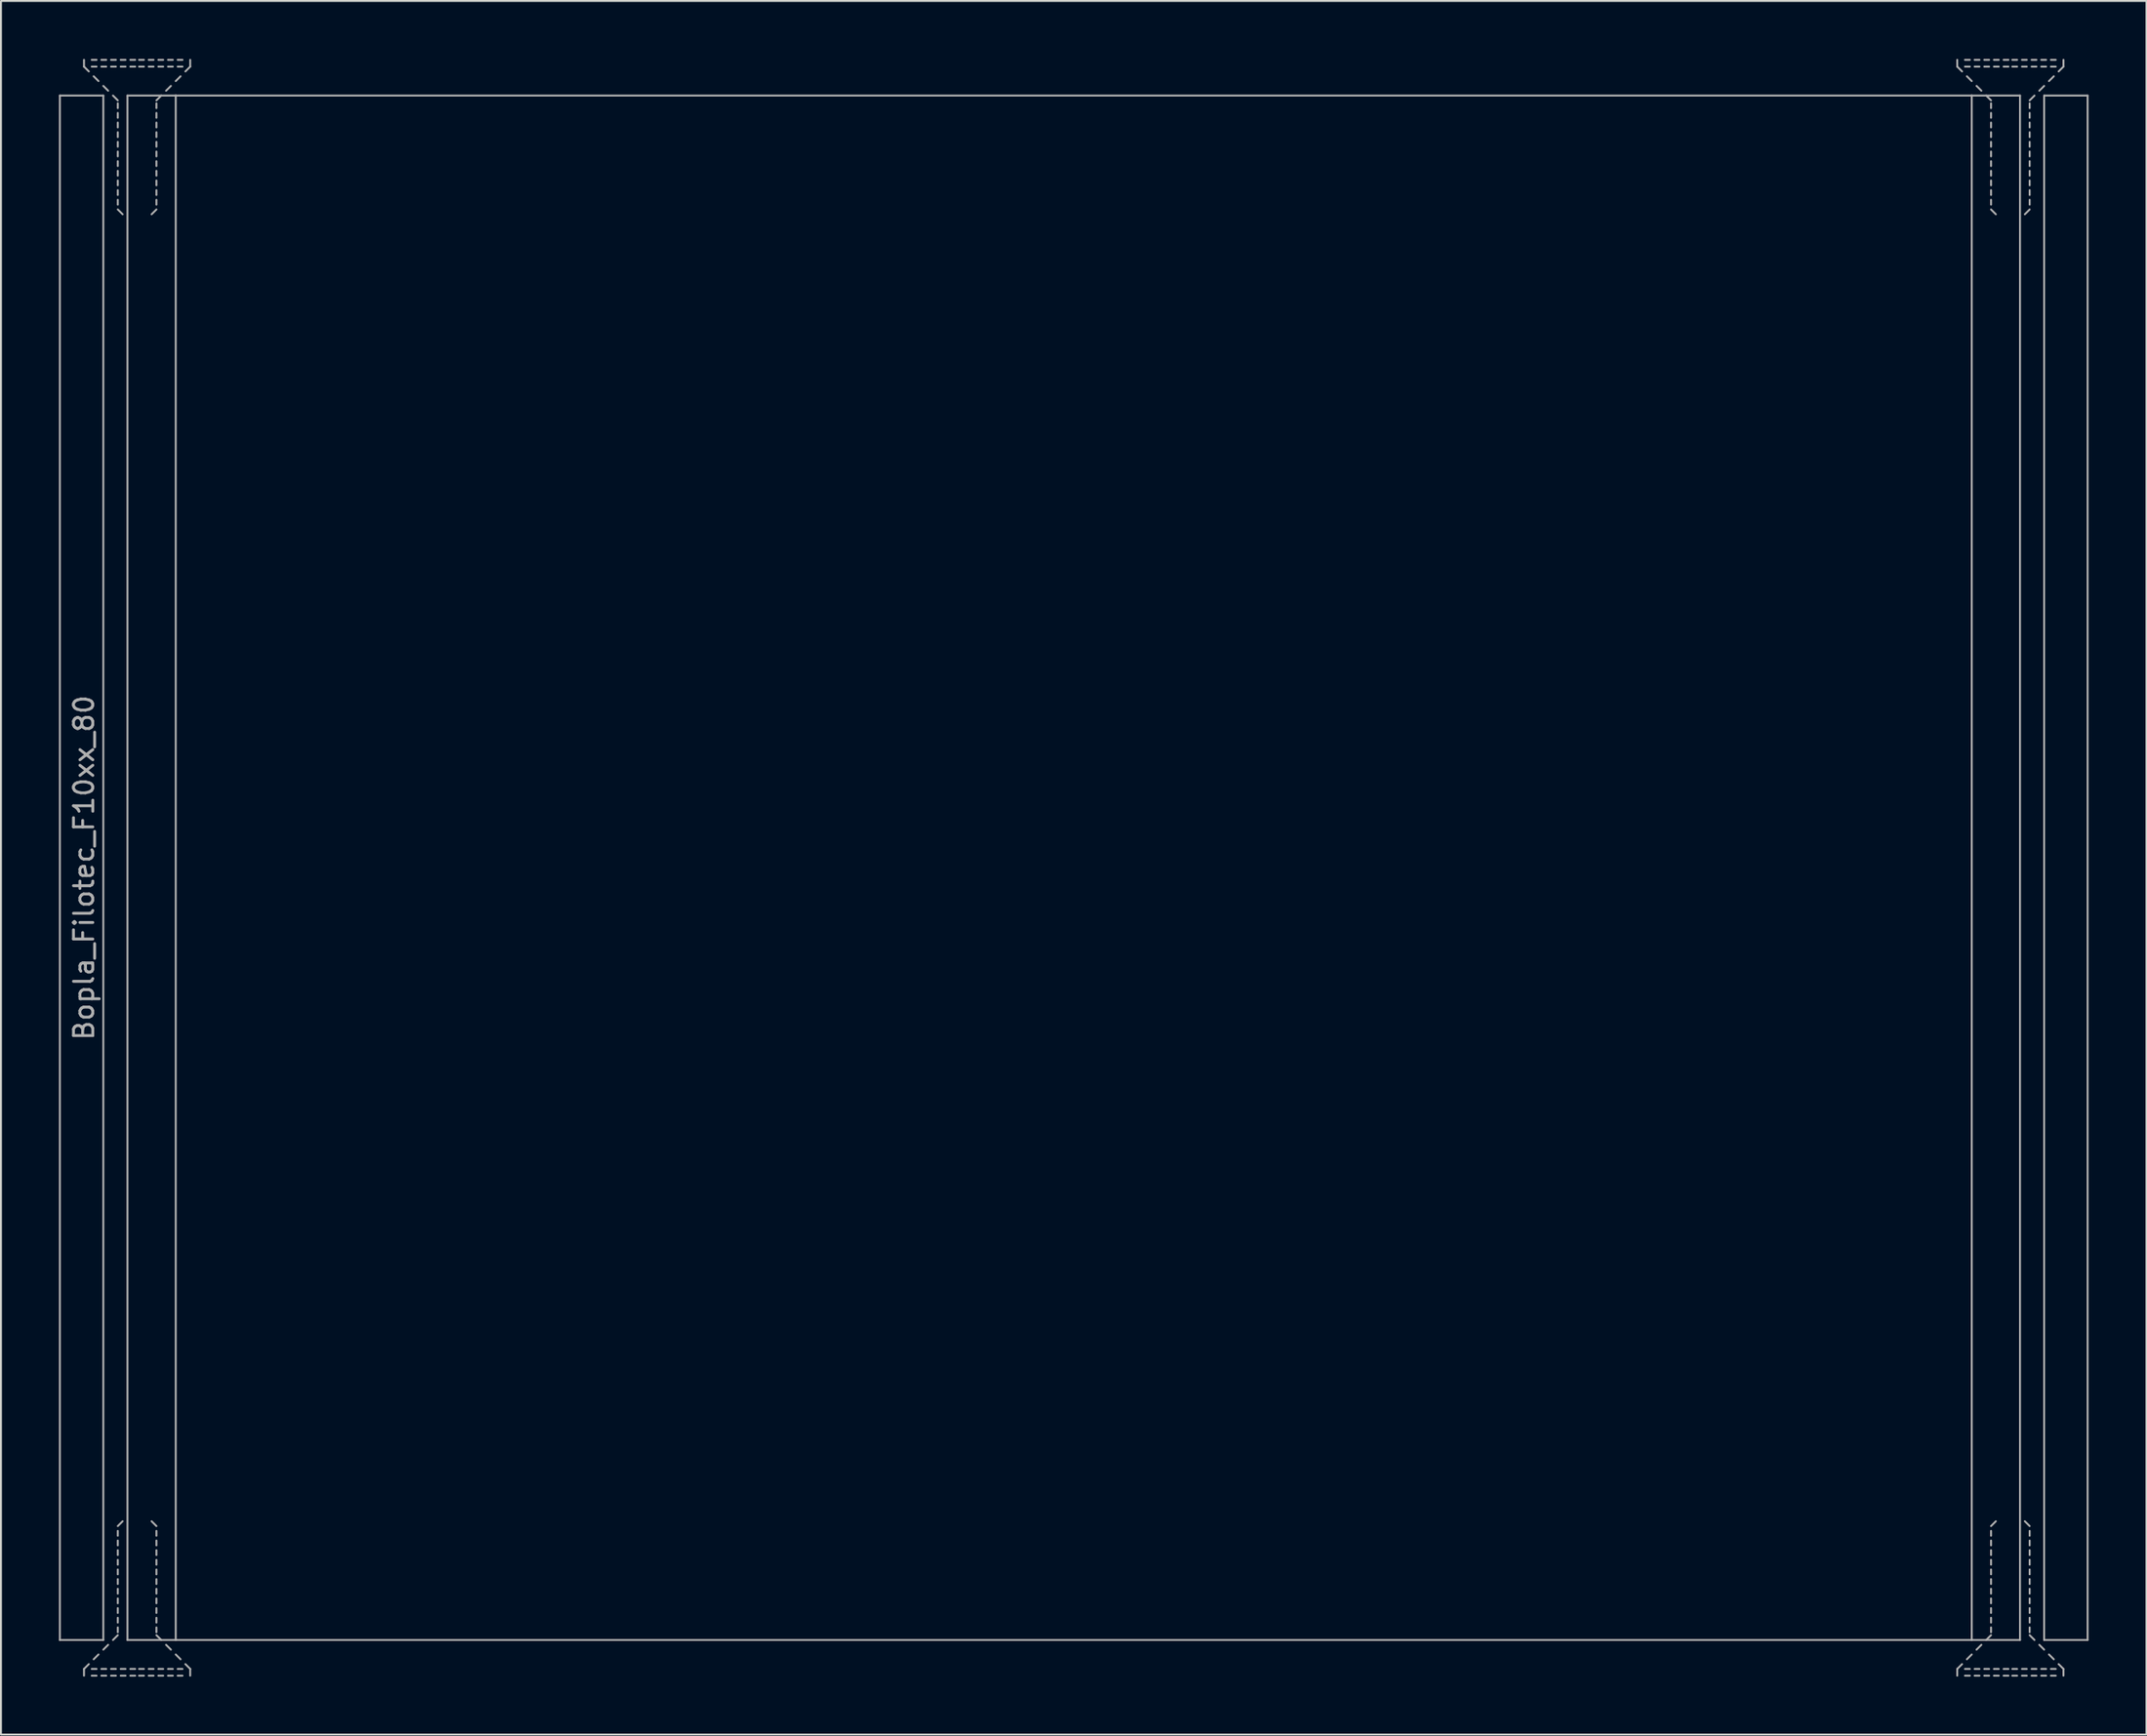
<source format=kicad_pcb>
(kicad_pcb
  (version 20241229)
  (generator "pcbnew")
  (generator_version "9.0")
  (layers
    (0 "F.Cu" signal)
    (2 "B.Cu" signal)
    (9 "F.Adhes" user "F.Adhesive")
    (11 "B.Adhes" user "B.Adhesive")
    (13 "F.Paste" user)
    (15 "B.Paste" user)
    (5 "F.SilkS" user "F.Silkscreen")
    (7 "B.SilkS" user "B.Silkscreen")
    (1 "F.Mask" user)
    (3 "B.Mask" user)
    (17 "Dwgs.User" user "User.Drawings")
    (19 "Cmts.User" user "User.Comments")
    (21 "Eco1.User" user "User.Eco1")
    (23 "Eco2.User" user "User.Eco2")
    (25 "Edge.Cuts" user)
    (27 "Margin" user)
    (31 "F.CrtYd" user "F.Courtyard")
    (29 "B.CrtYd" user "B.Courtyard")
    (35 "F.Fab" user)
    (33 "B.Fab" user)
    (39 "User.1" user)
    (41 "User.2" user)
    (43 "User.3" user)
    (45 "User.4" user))
  (footprint "Bopla_Filotec_F10xx_80"
    (layer "F.Cu")
    (at 52.55 41.9)
    (property "Reference" "Bopla_Filotec_F10xx_80" (at -51.25 0 90) (layer "F.Fab") (effects (font (size 1 1) (thickness 0.15))))
    (attr exclude_from_pos_files exclude_from_bom)
    (fp_line (start -52.5 -40) (end -52.5 40) (stroke (width 0.1) (type solid)) (layer "F.Fab"))
    (fp_line (start -52.5 -40) (end -50.25 -40) (stroke (width 0.1) (type solid)) (layer "F.Fab"))
    (fp_line (start -52.5 40) (end -50.25 40) (stroke (width 0.1) (type solid)) (layer "F.Fab"))
    (fp_line (start -51.25 -41.5) (end -51.25 -41.85) (stroke (width 0.1) (type solid)) (layer "F.Fab"))
    (fp_line (start -51.25 -41.5) (end -51 -41.25) (stroke (width 0.1) (type solid)) (layer "F.Fab"))
    (fp_line (start -51.25 41.5) (end -51.25 41.85) (stroke (width 0.1) (type solid)) (layer "F.Fab"))
    (fp_line (start -51.25 41.5) (end -51 41.25) (stroke (width 0.1) (type solid)) (layer "F.Fab"))
    (fp_line (start -50.75 -41) (end -50.5 -40.75) (stroke (width 0.1) (type solid)) (layer "F.Fab"))
    (fp_line (start -50.75 41) (end -50.5 40.75) (stroke (width 0.1) (type solid)) (layer "F.Fab"))
    (fp_line (start -50.6 -41.85) (end -50.85 -41.85) (stroke (width 0.1) (type solid)) (layer "F.Fab"))
    (fp_line (start -50.6 -41.5) (end -50.85 -41.5) (stroke (width 0.1) (type solid)) (layer "F.Fab"))
    (fp_line (start -50.6 41.5) (end -50.85 41.5) (stroke (width 0.1) (type solid)) (layer "F.Fab"))
    (fp_line (start -50.6 41.85) (end -50.85 41.85) (stroke (width 0.1) (type solid)) (layer "F.Fab"))
    (fp_line (start -50.25 -40.5) (end -50 -40.25) (stroke (width 0.1) (type solid)) (layer "F.Fab"))
    (fp_line (start -50.25 -40) (end -50.25 40) (stroke (width 0.1) (type solid)) (layer "F.Fab"))
    (fp_line (start -50.25 40.5) (end -50 40.25) (stroke (width 0.1) (type solid)) (layer "F.Fab"))
    (fp_line (start -50.1 -41.85) (end -50.35 -41.85) (stroke (width 0.1) (type solid)) (layer "F.Fab"))
    (fp_line (start -50.1 -41.5) (end -50.35 -41.5) (stroke (width 0.1) (type solid)) (layer "F.Fab"))
    (fp_line (start -50.1 41.5) (end -50.35 41.5) (stroke (width 0.1) (type solid)) (layer "F.Fab"))
    (fp_line (start -50.1 41.85) (end -50.35 41.85) (stroke (width 0.1) (type solid)) (layer "F.Fab"))
    (fp_line (start -49.75 -40) (end -49.5 -39.75) (stroke (width 0.1) (type solid)) (layer "F.Fab"))
    (fp_line (start -49.75 40) (end -49.5 39.75) (stroke (width 0.1) (type solid)) (layer "F.Fab"))
    (fp_line (start -49.6 -41.85) (end -49.85 -41.85) (stroke (width 0.1) (type solid)) (layer "F.Fab"))
    (fp_line (start -49.6 -41.5) (end -49.85 -41.5) (stroke (width 0.1) (type solid)) (layer "F.Fab"))
    (fp_line (start -49.6 41.5) (end -49.85 41.5) (stroke (width 0.1) (type solid)) (layer "F.Fab"))
    (fp_line (start -49.6 41.85) (end -49.85 41.85) (stroke (width 0.1) (type solid)) (layer "F.Fab"))
    (fp_line (start -49.5 -39.6) (end -49.5 -39.35) (stroke (width 0.1) (type solid)) (layer "F.Fab"))
    (fp_line (start -49.5 -39.1) (end -49.5 -38.85) (stroke (width 0.1) (type solid)) (layer "F.Fab"))
    (fp_line (start -49.5 -38.6) (end -49.5 -38.35) (stroke (width 0.1) (type solid)) (layer "F.Fab"))
    (fp_line (start -49.5 -38.1) (end -49.5 -37.85) (stroke (width 0.1) (type solid)) (layer "F.Fab"))
    (fp_line (start -49.5 -37.6) (end -49.5 -37.35) (stroke (width 0.1) (type solid)) (layer "F.Fab"))
    (fp_line (start -49.5 -37.1) (end -49.5 -36.85) (stroke (width 0.1) (type solid)) (layer "F.Fab"))
    (fp_line (start -49.5 -36.6) (end -49.5 -36.35) (stroke (width 0.1) (type solid)) (layer "F.Fab"))
    (fp_line (start -49.5 -36.1) (end -49.5 -35.85) (stroke (width 0.1) (type solid)) (layer "F.Fab"))
    (fp_line (start -49.5 -35.6) (end -49.5 -35.35) (stroke (width 0.1) (type solid)) (layer "F.Fab"))
    (fp_line (start -49.5 -35.1) (end -49.5 -34.85) (stroke (width 0.1) (type solid)) (layer "F.Fab"))
    (fp_line (start -49.5 -34.6) (end -49.5 -34.35) (stroke (width 0.1) (type solid)) (layer "F.Fab"))
    (fp_line (start -49.5 -34.1) (end -49.25 -33.85) (stroke (width 0.1) (type solid)) (layer "F.Fab"))
    (fp_line (start -49.5 34.1) (end -49.25 33.85) (stroke (width 0.1) (type solid)) (layer "F.Fab"))
    (fp_line (start -49.5 34.6) (end -49.5 34.35) (stroke (width 0.1) (type solid)) (layer "F.Fab"))
    (fp_line (start -49.5 35.1) (end -49.5 34.85) (stroke (width 0.1) (type solid)) (layer "F.Fab"))
    (fp_line (start -49.5 35.6) (end -49.5 35.35) (stroke (width 0.1) (type solid)) (layer "F.Fab"))
    (fp_line (start -49.5 36.1) (end -49.5 35.85) (stroke (width 0.1) (type solid)) (layer "F.Fab"))
    (fp_line (start -49.5 36.6) (end -49.5 36.35) (stroke (width 0.1) (type solid)) (layer "F.Fab"))
    (fp_line (start -49.5 37.1) (end -49.5 36.85) (stroke (width 0.1) (type solid)) (layer "F.Fab"))
    (fp_line (start -49.5 37.6) (end -49.5 37.35) (stroke (width 0.1) (type solid)) (layer "F.Fab"))
    (fp_line (start -49.5 38.1) (end -49.5 37.85) (stroke (width 0.1) (type solid)) (layer "F.Fab"))
    (fp_line (start -49.5 38.6) (end -49.5 38.35) (stroke (width 0.1) (type solid)) (layer "F.Fab"))
    (fp_line (start -49.5 39.1) (end -49.5 38.85) (stroke (width 0.1) (type solid)) (layer "F.Fab"))
    (fp_line (start -49.5 39.6) (end -49.5 39.35) (stroke (width 0.1) (type solid)) (layer "F.Fab"))
    (fp_line (start -49.1 -41.85) (end -49.35 -41.85) (stroke (width 0.1) (type solid)) (layer "F.Fab"))
    (fp_line (start -49.1 -41.5) (end -49.35 -41.5) (stroke (width 0.1) (type solid)) (layer "F.Fab"))
    (fp_line (start -49.1 41.5) (end -49.35 41.5) (stroke (width 0.1) (type solid)) (layer "F.Fab"))
    (fp_line (start -49.1 41.85) (end -49.35 41.85) (stroke (width 0.1) (type solid)) (layer "F.Fab"))
    (fp_line (start -49 -40) (end -46.5 -40) (stroke (width 0.1) (type solid)) (layer "F.Fab"))
    (fp_line (start -49 40) (end -49 -40) (stroke (width 0.1) (type solid)) (layer "F.Fab"))
    (fp_line (start -49 40) (end -46.5 40) (stroke (width 0.1) (type solid)) (layer "F.Fab"))
    (fp_line (start -48.6 -41.85) (end -48.85 -41.85) (stroke (width 0.1) (type solid)) (layer "F.Fab"))
    (fp_line (start -48.6 -41.5) (end -48.85 -41.5) (stroke (width 0.1) (type solid)) (layer "F.Fab"))
    (fp_line (start -48.6 41.5) (end -48.85 41.5) (stroke (width 0.1) (type solid)) (layer "F.Fab"))
    (fp_line (start -48.6 41.85) (end -48.85 41.85) (stroke (width 0.1) (type solid)) (layer "F.Fab"))
    (fp_line (start -48.15 -41.85) (end -48.4 -41.85) (stroke (width 0.1) (type solid)) (layer "F.Fab"))
    (fp_line (start -48.15 -41.5) (end -48.4 -41.5) (stroke (width 0.1) (type solid)) (layer "F.Fab"))
    (fp_line (start -48.15 41.5) (end -48.4 41.5) (stroke (width 0.1) (type solid)) (layer "F.Fab"))
    (fp_line (start -48.15 41.85) (end -48.4 41.85) (stroke (width 0.1) (type solid)) (layer "F.Fab"))
    (fp_line (start -47.65 -41.85) (end -47.9 -41.85) (stroke (width 0.1) (type solid)) (layer "F.Fab"))
    (fp_line (start -47.65 -41.5) (end -47.9 -41.5) (stroke (width 0.1) (type solid)) (layer "F.Fab"))
    (fp_line (start -47.65 41.5) (end -47.9 41.5) (stroke (width 0.1) (type solid)) (layer "F.Fab"))
    (fp_line (start -47.65 41.85) (end -47.9 41.85) (stroke (width 0.1) (type solid)) (layer "F.Fab"))
    (fp_line (start -47.5 -39.6) (end -47.5 -39.35) (stroke (width 0.1) (type solid)) (layer "F.Fab"))
    (fp_line (start -47.5 -39.1) (end -47.5 -38.85) (stroke (width 0.1) (type solid)) (layer "F.Fab"))
    (fp_line (start -47.5 -38.6) (end -47.5 -38.35) (stroke (width 0.1) (type solid)) (layer "F.Fab"))
    (fp_line (start -47.5 -38.1) (end -47.5 -37.85) (stroke (width 0.1) (type solid)) (layer "F.Fab"))
    (fp_line (start -47.5 -37.6) (end -47.5 -37.35) (stroke (width 0.1) (type solid)) (layer "F.Fab"))
    (fp_line (start -47.5 -37.1) (end -47.5 -36.85) (stroke (width 0.1) (type solid)) (layer "F.Fab"))
    (fp_line (start -47.5 -36.6) (end -47.5 -36.35) (stroke (width 0.1) (type solid)) (layer "F.Fab"))
    (fp_line (start -47.5 -36.1) (end -47.5 -35.85) (stroke (width 0.1) (type solid)) (layer "F.Fab"))
    (fp_line (start -47.5 -35.6) (end -47.5 -35.35) (stroke (width 0.1) (type solid)) (layer "F.Fab"))
    (fp_line (start -47.5 -35.1) (end -47.5 -34.85) (stroke (width 0.1) (type solid)) (layer "F.Fab"))
    (fp_line (start -47.5 -34.6) (end -47.5 -34.35) (stroke (width 0.1) (type solid)) (layer "F.Fab"))
    (fp_line (start -47.5 -34.1) (end -47.75 -33.85) (stroke (width 0.1) (type solid)) (layer "F.Fab"))
    (fp_line (start -47.5 34.1) (end -47.75 33.85) (stroke (width 0.1) (type solid)) (layer "F.Fab"))
    (fp_line (start -47.5 34.6) (end -47.5 34.35) (stroke (width 0.1) (type solid)) (layer "F.Fab"))
    (fp_line (start -47.5 35.1) (end -47.5 34.85) (stroke (width 0.1) (type solid)) (layer "F.Fab"))
    (fp_line (start -47.5 35.6) (end -47.5 35.35) (stroke (width 0.1) (type solid)) (layer "F.Fab"))
    (fp_line (start -47.5 36.1) (end -47.5 35.85) (stroke (width 0.1) (type solid)) (layer "F.Fab"))
    (fp_line (start -47.5 36.6) (end -47.5 36.35) (stroke (width 0.1) (type solid)) (layer "F.Fab"))
    (fp_line (start -47.5 37.1) (end -47.5 36.85) (stroke (width 0.1) (type solid)) (layer "F.Fab"))
    (fp_line (start -47.5 37.6) (end -47.5 37.35) (stroke (width 0.1) (type solid)) (layer "F.Fab"))
    (fp_line (start -47.5 38.1) (end -47.5 37.85) (stroke (width 0.1) (type solid)) (layer "F.Fab"))
    (fp_line (start -47.5 38.6) (end -47.5 38.35) (stroke (width 0.1) (type solid)) (layer "F.Fab"))
    (fp_line (start -47.5 39.1) (end -47.5 38.85) (stroke (width 0.1) (type solid)) (layer "F.Fab"))
    (fp_line (start -47.5 39.6) (end -47.5 39.35) (stroke (width 0.1) (type solid)) (layer "F.Fab"))
    (fp_line (start -47.25 -40) (end -47.5 -39.75) (stroke (width 0.1) (type solid)) (layer "F.Fab"))
    (fp_line (start -47.25 40) (end -47.5 39.75) (stroke (width 0.1) (type solid)) (layer "F.Fab"))
    (fp_line (start -47.15 -41.85) (end -47.4 -41.85) (stroke (width 0.1) (type solid)) (layer "F.Fab"))
    (fp_line (start -47.15 -41.5) (end -47.4 -41.5) (stroke (width 0.1) (type solid)) (layer "F.Fab"))
    (fp_line (start -47.15 41.5) (end -47.4 41.5) (stroke (width 0.1) (type solid)) (layer "F.Fab"))
    (fp_line (start -47.15 41.85) (end -47.4 41.85) (stroke (width 0.1) (type solid)) (layer "F.Fab"))
    (fp_line (start -46.75 -40.5) (end -47 -40.25) (stroke (width 0.1) (type solid)) (layer "F.Fab"))
    (fp_line (start -46.75 40.5) (end -47 40.25) (stroke (width 0.1) (type solid)) (layer "F.Fab"))
    (fp_line (start -46.65 -41.85) (end -46.9 -41.85) (stroke (width 0.1) (type solid)) (layer "F.Fab"))
    (fp_line (start -46.65 -41.5) (end -46.9 -41.5) (stroke (width 0.1) (type solid)) (layer "F.Fab"))
    (fp_line (start -46.65 41.5) (end -46.9 41.5) (stroke (width 0.1) (type solid)) (layer "F.Fab"))
    (fp_line (start -46.65 41.85) (end -46.9 41.85) (stroke (width 0.1) (type solid)) (layer "F.Fab"))
    (fp_line (start -46.5 40) (end -46.5 -40) (stroke (width 0.1) (type solid)) (layer "F.Fab"))
    (fp_line (start -46.5 40) (end 46.5 40) (stroke (width 0.1) (type solid)) (layer "F.Fab"))
    (fp_line (start -46.25 -41) (end -46.5 -40.75) (stroke (width 0.1) (type solid)) (layer "F.Fab"))
    (fp_line (start -46.25 41) (end -46.5 40.75) (stroke (width 0.1) (type solid)) (layer "F.Fab"))
    (fp_line (start -46.15 -41.85) (end -46.4 -41.85) (stroke (width 0.1) (type solid)) (layer "F.Fab"))
    (fp_line (start -46.15 -41.5) (end -46.4 -41.5) (stroke (width 0.1) (type solid)) (layer "F.Fab"))
    (fp_line (start -46.15 41.5) (end -46.4 41.5) (stroke (width 0.1) (type solid)) (layer "F.Fab"))
    (fp_line (start -46.15 41.85) (end -46.4 41.85) (stroke (width 0.1) (type solid)) (layer "F.Fab"))
    (fp_line (start -45.75 -41.5) (end -46 -41.25) (stroke (width 0.1) (type solid)) (layer "F.Fab"))
    (fp_line (start -45.75 -41.5) (end -45.75 -41.85) (stroke (width 0.1) (type solid)) (layer "F.Fab"))
    (fp_line (start -45.75 41.5) (end -46 41.25) (stroke (width 0.1) (type solid)) (layer "F.Fab"))
    (fp_line (start -45.75 41.5) (end -45.75 41.85) (stroke (width 0.1) (type solid)) (layer "F.Fab"))
    (fp_line (start 45.75 -41.5) (end 45.75 -41.85) (stroke (width 0.1) (type solid)) (layer "F.Fab"))
    (fp_line (start 45.75 -41.5) (end 46 -41.25) (stroke (width 0.1) (type solid)) (layer "F.Fab"))
    (fp_line (start 45.75 41.5) (end 45.75 41.85) (stroke (width 0.1) (type solid)) (layer "F.Fab"))
    (fp_line (start 45.75 41.5) (end 46 41.25) (stroke (width 0.1) (type solid)) (layer "F.Fab"))
    (fp_line (start 46.25 -41) (end 46.5 -40.75) (stroke (width 0.1) (type solid)) (layer "F.Fab"))
    (fp_line (start 46.25 41) (end 46.5 40.75) (stroke (width 0.1) (type solid)) (layer "F.Fab"))
    (fp_line (start 46.4 -41.85) (end 46.15 -41.85) (stroke (width 0.1) (type solid)) (layer "F.Fab"))
    (fp_line (start 46.4 -41.5) (end 46.15 -41.5) (stroke (width 0.1) (type solid)) (layer "F.Fab"))
    (fp_line (start 46.4 41.5) (end 46.15 41.5) (stroke (width 0.1) (type solid)) (layer "F.Fab"))
    (fp_line (start 46.4 41.85) (end 46.15 41.85) (stroke (width 0.1) (type solid)) (layer "F.Fab"))
    (fp_line (start 46.5 -40) (end -46.5 -40) (stroke (width 0.1) (type solid)) (layer "F.Fab"))
    (fp_line (start 46.5 -40) (end 46.5 40) (stroke (width 0.1) (type solid)) (layer "F.Fab"))
    (fp_line (start 46.75 -40.5) (end 47 -40.25) (stroke (width 0.1) (type solid)) (layer "F.Fab"))
    (fp_line (start 46.75 40.5) (end 47 40.25) (stroke (width 0.1) (type solid)) (layer "F.Fab"))
    (fp_line (start 46.9 -41.85) (end 46.65 -41.85) (stroke (width 0.1) (type solid)) (layer "F.Fab"))
    (fp_line (start 46.9 -41.5) (end 46.65 -41.5) (stroke (width 0.1) (type solid)) (layer "F.Fab"))
    (fp_line (start 46.9 41.5) (end 46.65 41.5) (stroke (width 0.1) (type solid)) (layer "F.Fab"))
    (fp_line (start 46.9 41.85) (end 46.65 41.85) (stroke (width 0.1) (type solid)) (layer "F.Fab"))
    (fp_line (start 47.25 -40) (end 47.5 -39.75) (stroke (width 0.1) (type solid)) (layer "F.Fab"))
    (fp_line (start 47.25 40) (end 47.5 39.75) (stroke (width 0.1) (type solid)) (layer "F.Fab"))
    (fp_line (start 47.4 -41.85) (end 47.15 -41.85) (stroke (width 0.1) (type solid)) (layer "F.Fab"))
    (fp_line (start 47.4 -41.5) (end 47.15 -41.5) (stroke (width 0.1) (type solid)) (layer "F.Fab"))
    (fp_line (start 47.4 41.5) (end 47.15 41.5) (stroke (width 0.1) (type solid)) (layer "F.Fab"))
    (fp_line (start 47.4 41.85) (end 47.15 41.85) (stroke (width 0.1) (type solid)) (layer "F.Fab"))
    (fp_line (start 47.5 -39.6) (end 47.5 -39.35) (stroke (width 0.1) (type solid)) (layer "F.Fab"))
    (fp_line (start 47.5 -39.1) (end 47.5 -38.85) (stroke (width 0.1) (type solid)) (layer "F.Fab"))
    (fp_line (start 47.5 -38.6) (end 47.5 -38.35) (stroke (width 0.1) (type solid)) (layer "F.Fab"))
    (fp_line (start 47.5 -38.1) (end 47.5 -37.85) (stroke (width 0.1) (type solid)) (layer "F.Fab"))
    (fp_line (start 47.5 -37.6) (end 47.5 -37.35) (stroke (width 0.1) (type solid)) (layer "F.Fab"))
    (fp_line (start 47.5 -37.1) (end 47.5 -36.85) (stroke (width 0.1) (type solid)) (layer "F.Fab"))
    (fp_line (start 47.5 -36.6) (end 47.5 -36.35) (stroke (width 0.1) (type solid)) (layer "F.Fab"))
    (fp_line (start 47.5 -36.1) (end 47.5 -35.85) (stroke (width 0.1) (type solid)) (layer "F.Fab"))
    (fp_line (start 47.5 -35.6) (end 47.5 -35.35) (stroke (width 0.1) (type solid)) (layer "F.Fab"))
    (fp_line (start 47.5 -35.1) (end 47.5 -34.85) (stroke (width 0.1) (type solid)) (layer "F.Fab"))
    (fp_line (start 47.5 -34.6) (end 47.5 -34.35) (stroke (width 0.1) (type solid)) (layer "F.Fab"))
    (fp_line (start 47.5 -34.1) (end 47.75 -33.85) (stroke (width 0.1) (type solid)) (layer "F.Fab"))
    (fp_line (start 47.5 34.1) (end 47.75 33.85) (stroke (width 0.1) (type solid)) (layer "F.Fab"))
    (fp_line (start 47.5 34.6) (end 47.5 34.35) (stroke (width 0.1) (type solid)) (layer "F.Fab"))
    (fp_line (start 47.5 35.1) (end 47.5 34.85) (stroke (width 0.1) (type solid)) (layer "F.Fab"))
    (fp_line (start 47.5 35.6) (end 47.5 35.35) (stroke (width 0.1) (type solid)) (layer "F.Fab"))
    (fp_line (start 47.5 36.1) (end 47.5 35.85) (stroke (width 0.1) (type solid)) (layer "F.Fab"))
    (fp_line (start 47.5 36.6) (end 47.5 36.35) (stroke (width 0.1) (type solid)) (layer "F.Fab"))
    (fp_line (start 47.5 37.1) (end 47.5 36.85) (stroke (width 0.1) (type solid)) (layer "F.Fab"))
    (fp_line (start 47.5 37.6) (end 47.5 37.35) (stroke (width 0.1) (type solid)) (layer "F.Fab"))
    (fp_line (start 47.5 38.1) (end 47.5 37.85) (stroke (width 0.1) (type solid)) (layer "F.Fab"))
    (fp_line (start 47.5 38.6) (end 47.5 38.35) (stroke (width 0.1) (type solid)) (layer "F.Fab"))
    (fp_line (start 47.5 39.1) (end 47.5 38.85) (stroke (width 0.1) (type solid)) (layer "F.Fab"))
    (fp_line (start 47.5 39.6) (end 47.5 39.35) (stroke (width 0.1) (type solid)) (layer "F.Fab"))
    (fp_line (start 47.9 -41.85) (end 47.65 -41.85) (stroke (width 0.1) (type solid)) (layer "F.Fab"))
    (fp_line (start 47.9 -41.5) (end 47.65 -41.5) (stroke (width 0.1) (type solid)) (layer "F.Fab"))
    (fp_line (start 47.9 41.5) (end 47.65 41.5) (stroke (width 0.1) (type solid)) (layer "F.Fab"))
    (fp_line (start 47.9 41.85) (end 47.65 41.85) (stroke (width 0.1) (type solid)) (layer "F.Fab"))
    (fp_line (start 48.4 -41.85) (end 48.15 -41.85) (stroke (width 0.1) (type solid)) (layer "F.Fab"))
    (fp_line (start 48.4 -41.5) (end 48.15 -41.5) (stroke (width 0.1) (type solid)) (layer "F.Fab"))
    (fp_line (start 48.4 41.5) (end 48.15 41.5) (stroke (width 0.1) (type solid)) (layer "F.Fab"))
    (fp_line (start 48.4 41.85) (end 48.15 41.85) (stroke (width 0.1) (type solid)) (layer "F.Fab"))
    (fp_line (start 48.85 -41.85) (end 48.6 -41.85) (stroke (width 0.1) (type solid)) (layer "F.Fab"))
    (fp_line (start 48.85 -41.5) (end 48.6 -41.5) (stroke (width 0.1) (type solid)) (layer "F.Fab"))
    (fp_line (start 48.85 41.5) (end 48.6 41.5) (stroke (width 0.1) (type solid)) (layer "F.Fab"))
    (fp_line (start 48.85 41.85) (end 48.6 41.85) (stroke (width 0.1) (type solid)) (layer "F.Fab"))
    (fp_line (start 49 -40) (end 46.5 -40) (stroke (width 0.1) (type solid)) (layer "F.Fab"))
    (fp_line (start 49 -40) (end 49 40) (stroke (width 0.1) (type solid)) (layer "F.Fab"))
    (fp_line (start 49 40) (end 46.5 40) (stroke (width 0.1) (type solid)) (layer "F.Fab"))
    (fp_line (start 49.35 -41.85) (end 49.1 -41.85) (stroke (width 0.1) (type solid)) (layer "F.Fab"))
    (fp_line (start 49.35 -41.5) (end 49.1 -41.5) (stroke (width 0.1) (type solid)) (layer "F.Fab"))
    (fp_line (start 49.35 41.5) (end 49.1 41.5) (stroke (width 0.1) (type solid)) (layer "F.Fab"))
    (fp_line (start 49.35 41.85) (end 49.1 41.85) (stroke (width 0.1) (type solid)) (layer "F.Fab"))
    (fp_line (start 49.5 -39.6) (end 49.5 -39.35) (stroke (width 0.1) (type solid)) (layer "F.Fab"))
    (fp_line (start 49.5 -39.1) (end 49.5 -38.85) (stroke (width 0.1) (type solid)) (layer "F.Fab"))
    (fp_line (start 49.5 -38.6) (end 49.5 -38.35) (stroke (width 0.1) (type solid)) (layer "F.Fab"))
    (fp_line (start 49.5 -38.1) (end 49.5 -37.85) (stroke (width 0.1) (type solid)) (layer "F.Fab"))
    (fp_line (start 49.5 -37.6) (end 49.5 -37.35) (stroke (width 0.1) (type solid)) (layer "F.Fab"))
    (fp_line (start 49.5 -37.1) (end 49.5 -36.85) (stroke (width 0.1) (type solid)) (layer "F.Fab"))
    (fp_line (start 49.5 -36.6) (end 49.5 -36.35) (stroke (width 0.1) (type solid)) (layer "F.Fab"))
    (fp_line (start 49.5 -36.1) (end 49.5 -35.85) (stroke (width 0.1) (type solid)) (layer "F.Fab"))
    (fp_line (start 49.5 -35.6) (end 49.5 -35.35) (stroke (width 0.1) (type solid)) (layer "F.Fab"))
    (fp_line (start 49.5 -35.1) (end 49.5 -34.85) (stroke (width 0.1) (type solid)) (layer "F.Fab"))
    (fp_line (start 49.5 -34.6) (end 49.5 -34.35) (stroke (width 0.1) (type solid)) (layer "F.Fab"))
    (fp_line (start 49.5 -34.1) (end 49.25 -33.85) (stroke (width 0.1) (type solid)) (layer "F.Fab"))
    (fp_line (start 49.5 34.1) (end 49.25 33.85) (stroke (width 0.1) (type solid)) (layer "F.Fab"))
    (fp_line (start 49.5 34.6) (end 49.5 34.35) (stroke (width 0.1) (type solid)) (layer "F.Fab"))
    (fp_line (start 49.5 35.1) (end 49.5 34.85) (stroke (width 0.1) (type solid)) (layer "F.Fab"))
    (fp_line (start 49.5 35.6) (end 49.5 35.35) (stroke (width 0.1) (type solid)) (layer "F.Fab"))
    (fp_line (start 49.5 36.1) (end 49.5 35.85) (stroke (width 0.1) (type solid)) (layer "F.Fab"))
    (fp_line (start 49.5 36.6) (end 49.5 36.35) (stroke (width 0.1) (type solid)) (layer "F.Fab"))
    (fp_line (start 49.5 37.1) (end 49.5 36.85) (stroke (width 0.1) (type solid)) (layer "F.Fab"))
    (fp_line (start 49.5 37.6) (end 49.5 37.35) (stroke (width 0.1) (type solid)) (layer "F.Fab"))
    (fp_line (start 49.5 38.1) (end 49.5 37.85) (stroke (width 0.1) (type solid)) (layer "F.Fab"))
    (fp_line (start 49.5 38.6) (end 49.5 38.35) (stroke (width 0.1) (type solid)) (layer "F.Fab"))
    (fp_line (start 49.5 39.1) (end 49.5 38.85) (stroke (width 0.1) (type solid)) (layer "F.Fab"))
    (fp_line (start 49.5 39.6) (end 49.5 39.35) (stroke (width 0.1) (type solid)) (layer "F.Fab"))
    (fp_line (start 49.75 -40) (end 49.5 -39.75) (stroke (width 0.1) (type solid)) (layer "F.Fab"))
    (fp_line (start 49.75 40) (end 49.5 39.75) (stroke (width 0.1) (type solid)) (layer "F.Fab"))
    (fp_line (start 49.85 -41.85) (end 49.6 -41.85) (stroke (width 0.1) (type solid)) (layer "F.Fab"))
    (fp_line (start 49.85 -41.5) (end 49.6 -41.5) (stroke (width 0.1) (type solid)) (layer "F.Fab"))
    (fp_line (start 49.85 41.5) (end 49.6 41.5) (stroke (width 0.1) (type solid)) (layer "F.Fab"))
    (fp_line (start 49.85 41.85) (end 49.6 41.85) (stroke (width 0.1) (type solid)) (layer "F.Fab"))
    (fp_line (start 50.25 -40.5) (end 50 -40.25) (stroke (width 0.1) (type solid)) (layer "F.Fab"))
    (fp_line (start 50.25 -40) (end 52.5 -40) (stroke (width 0.1) (type solid)) (layer "F.Fab"))
    (fp_line (start 50.25 40) (end 50.25 -40) (stroke (width 0.1) (type solid)) (layer "F.Fab"))
    (fp_line (start 50.25 40) (end 52.5 40) (stroke (width 0.1) (type solid)) (layer "F.Fab"))
    (fp_line (start 50.25 40.5) (end 50 40.25) (stroke (width 0.1) (type solid)) (layer "F.Fab"))
    (fp_line (start 50.35 -41.85) (end 50.1 -41.85) (stroke (width 0.1) (type solid)) (layer "F.Fab"))
    (fp_line (start 50.35 -41.5) (end 50.1 -41.5) (stroke (width 0.1) (type solid)) (layer "F.Fab"))
    (fp_line (start 50.35 41.5) (end 50.1 41.5) (stroke (width 0.1) (type solid)) (layer "F.Fab"))
    (fp_line (start 50.35 41.85) (end 50.1 41.85) (stroke (width 0.1) (type solid)) (layer "F.Fab"))
    (fp_line (start 50.75 -41) (end 50.5 -40.75) (stroke (width 0.1) (type solid)) (layer "F.Fab"))
    (fp_line (start 50.75 41) (end 50.5 40.75) (stroke (width 0.1) (type solid)) (layer "F.Fab"))
    (fp_line (start 50.85 -41.85) (end 50.6 -41.85) (stroke (width 0.1) (type solid)) (layer "F.Fab"))
    (fp_line (start 50.85 -41.5) (end 50.6 -41.5) (stroke (width 0.1) (type solid)) (layer "F.Fab"))
    (fp_line (start 50.85 41.5) (end 50.6 41.5) (stroke (width 0.1) (type solid)) (layer "F.Fab"))
    (fp_line (start 50.85 41.85) (end 50.6 41.85) (stroke (width 0.1) (type solid)) (layer "F.Fab"))
    (fp_line (start 51.25 -41.5) (end 51 -41.25) (stroke (width 0.1) (type solid)) (layer "F.Fab"))
    (fp_line (start 51.25 -41.5) (end 51.25 -41.85) (stroke (width 0.1) (type solid)) (layer "F.Fab"))
    (fp_line (start 51.25 41.5) (end 51 41.25) (stroke (width 0.1) (type solid)) (layer "F.Fab"))
    (fp_line (start 51.25 41.5) (end 51.25 41.85) (stroke (width 0.1) (type solid)) (layer "F.Fab"))
    (fp_line (start 52.5 -40) (end 52.5 40) (stroke (width 0.1) (type solid)) (layer "F.Fab")))
  (gr_rect
    (start -3 -3)
    (end 108.1 86.8)
    (stroke (width 0.1) (type default))
    (fill no)
    (layer "Edge.Cuts")))
</source>
